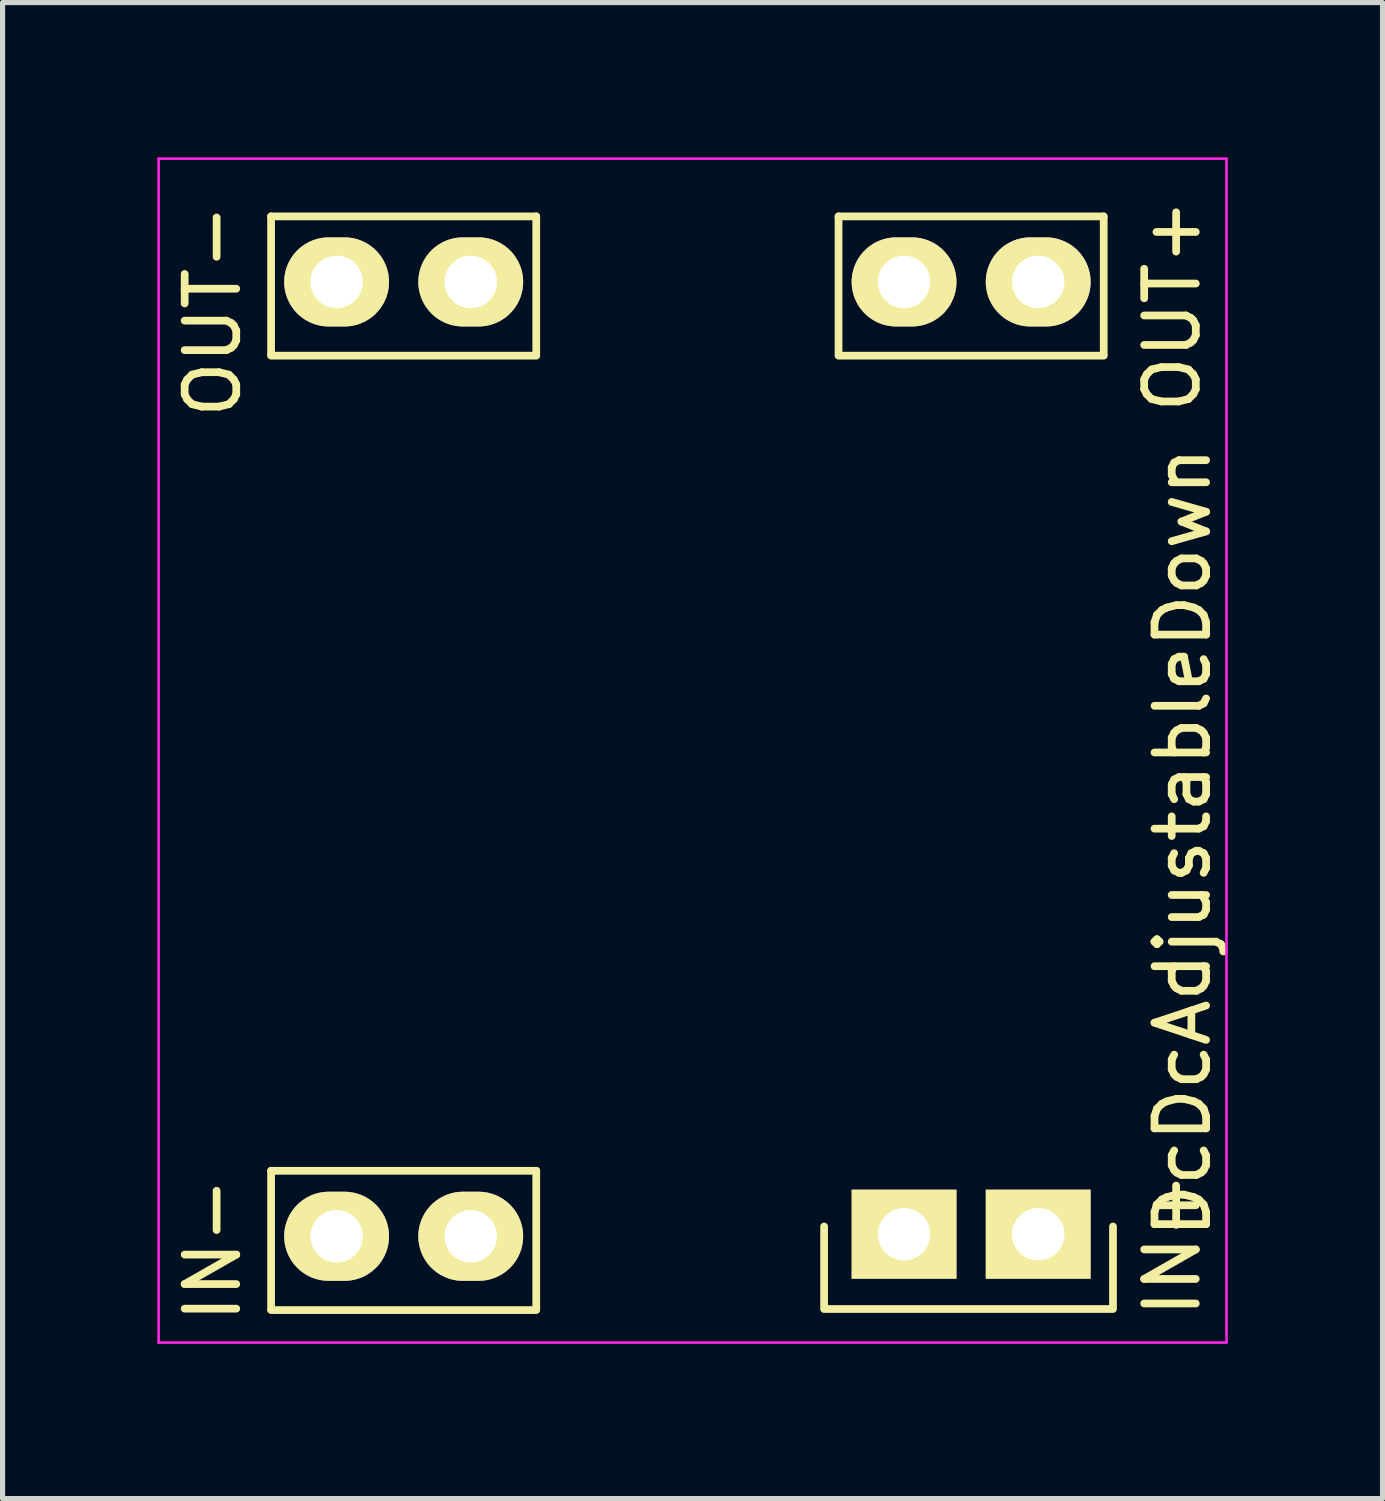
<source format=kicad_pcb>
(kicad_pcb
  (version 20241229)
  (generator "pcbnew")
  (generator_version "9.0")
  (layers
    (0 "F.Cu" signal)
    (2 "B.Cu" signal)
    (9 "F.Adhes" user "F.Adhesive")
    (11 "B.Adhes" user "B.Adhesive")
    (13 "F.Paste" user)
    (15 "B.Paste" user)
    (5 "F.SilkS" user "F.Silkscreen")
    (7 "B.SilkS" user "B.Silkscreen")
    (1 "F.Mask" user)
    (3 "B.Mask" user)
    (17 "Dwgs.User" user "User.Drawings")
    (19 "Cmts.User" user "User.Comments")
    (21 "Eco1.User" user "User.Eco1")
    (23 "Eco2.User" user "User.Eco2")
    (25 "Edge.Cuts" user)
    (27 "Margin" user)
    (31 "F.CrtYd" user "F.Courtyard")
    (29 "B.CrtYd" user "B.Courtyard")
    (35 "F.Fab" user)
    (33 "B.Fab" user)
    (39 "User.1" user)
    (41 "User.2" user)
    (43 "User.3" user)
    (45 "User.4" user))
  (footprint "DcDcAdjustableDown"
    (layer "F.Cu")
    (at 10.575 12.975)
    (property "Reference" "DcDcAdjustableDown" (at 9.3 0.3 90) (layer "F.SilkS") (effects (font (size 1 1) (thickness 0.15))))
    (attr through_hole)
    (fp_line (start -8.37 -11.83) (end -8.37 -9.15) (stroke (width 0.15) (type solid)) (layer "F.SilkS"))
    (fp_line (start -8.37 -11.83) (end -3.23 -11.83) (stroke (width 0.15) (type solid)) (layer "F.SilkS"))
    (fp_line (start -8.37 -9.13) (end -3.23 -9.13) (stroke (width 0.15) (type solid)) (layer "F.SilkS"))
    (fp_line (start -8.37 6.67) (end -8.37 9.35) (stroke (width 0.15) (type solid)) (layer "F.SilkS"))
    (fp_line (start -8.37 6.67) (end -3.23 6.67) (stroke (width 0.15) (type solid)) (layer "F.SilkS"))
    (fp_line (start -8.37 9.37) (end -3.23 9.37) (stroke (width 0.15) (type solid)) (layer "F.SilkS"))
    (fp_line (start -3.23 -9.15) (end -3.23 -11.83) (stroke (width 0.15) (type solid)) (layer "F.SilkS"))
    (fp_line (start -3.23 9.35) (end -3.23 6.67) (stroke (width 0.15) (type solid)) (layer "F.SilkS"))
    (fp_line (start 2.35 9.3) (end 2.35 7.75) (stroke (width 0.15) (type solid)) (layer "F.SilkS"))
    (fp_line (start 2.35 9.35) (end 7.95 9.35) (stroke (width 0.15) (type solid)) (layer "F.SilkS"))
    (fp_line (start 2.63 -11.83) (end 2.63 -9.15) (stroke (width 0.15) (type solid)) (layer "F.SilkS"))
    (fp_line (start 2.63 -11.83) (end 7.77 -11.83) (stroke (width 0.15) (type solid)) (layer "F.SilkS"))
    (fp_line (start 2.63 -9.13) (end 7.77 -9.13) (stroke (width 0.15) (type solid)) (layer "F.SilkS"))
    (fp_line (start 7.77 -9.15) (end 7.77 -11.83) (stroke (width 0.15) (type solid)) (layer "F.SilkS"))
    (fp_line (start 7.95 7.75) (end 7.95 9.3) (stroke (width 0.15) (type solid)) (layer "F.SilkS"))
    (fp_line (start -10.55 -12.95) (end -10.55 10) (stroke (width 0.05) (type solid)) (layer "F.CrtYd"))
    (fp_line (start -10.55 -12.95) (end 10.15 -12.95) (stroke (width 0.05) (type solid)) (layer "F.CrtYd"))
    (fp_line (start -10.55 10) (end 10.15 10) (stroke (width 0.05) (type solid)) (layer "F.CrtYd"))
    (fp_line (start 10.15 -12.95) (end 10.15 10) (stroke (width 0.05) (type solid)) (layer "F.CrtYd"))
    (fp_text user "IN+" (at 9.1 8.1 90) (layer "F.SilkS") (effects (font (size 1 1) (thickness 0.15))))
    (fp_text user "IN-" (at -9.5 8.2 90) (layer "F.SilkS") (effects (font (size 1 1) (thickness 0.15))))
    (fp_text user "OUT-" (at -9.5 -10 90) (layer "F.SilkS") (effects (font (size 1 1) (thickness 0.15))))
    (fp_text user "OUT+" (at 9.1 -10.1 90) (layer "F.SilkS") (effects (font (size 1 1) (thickness 0.15))))
    (pad "1" thru_hole rect (at 3.9 7.9) (size 2.032 1.727) (drill 1.016) (layers "*.Cu" "*.Mask" "F.SilkS"))
    (pad "1" thru_hole rect (at 6.5 7.9) (size 2.032 1.727) (drill 1.016) (layers "*.Cu" "*.Mask" "F.SilkS"))
    (pad "2" thru_hole oval (at -7.1 7.94) (size 2.032 1.727) (drill 1.016) (layers "*.Cu" "*.Mask" "F.SilkS"))
    (pad "2" thru_hole oval (at -4.5 7.94) (size 2.032 1.727) (drill 1.016) (layers "*.Cu" "*.Mask" "F.SilkS"))
    (pad "3" thru_hole oval (at 3.9 -10.56) (size 2.032 1.727) (drill 1.016) (layers "*.Cu" "*.Mask" "F.SilkS"))
    (pad "3" thru_hole oval (at 6.5 -10.56) (size 2.032 1.727) (drill 1.016) (layers "*.Cu" "*.Mask" "F.SilkS"))
    (pad "4" thru_hole oval (at -7.1 -10.56) (size 2.032 1.727) (drill 1.016) (layers "*.Cu" "*.Mask" "F.SilkS"))
    (pad "4" thru_hole oval (at -4.5 -10.56) (size 2.032 1.727) (drill 1.016) (layers "*.Cu" "*.Mask" "F.SilkS")))
  (gr_rect
    (start -3 -3)
    (end 23.75 26)
    (stroke (width 0.1) (type default))
    (fill no)
    (layer "Edge.Cuts")))
</source>
